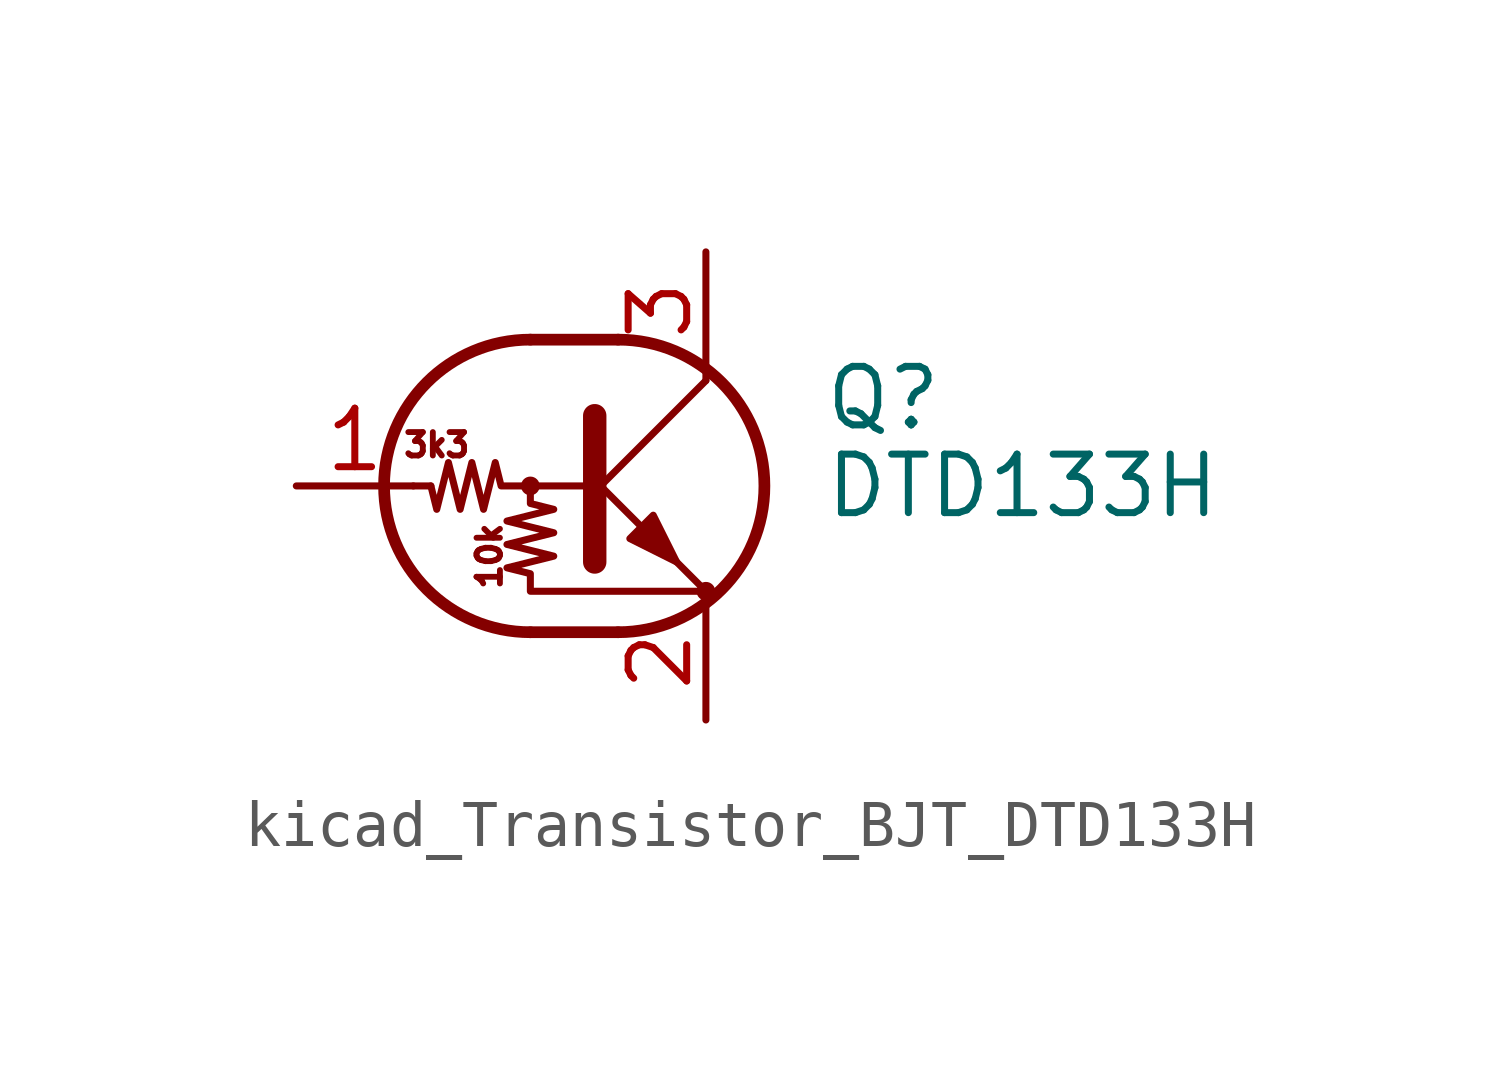
<source format=kicad_sym>
(kicad_symbol_lib
  (version 20220914)
  (generator kicad_symbol_editor)
  (symbol "kicad_Transistor_BJT_DTD133H"
    (pin_names
      (offset 0) hide)
    (property "Reference" "Q"
      (at 5.08 1.905 0)
      (effects (font (size 1.27 1.27)) (justify left)))
    (property "Value" "DTD133H"
      (at 5.08 0 0)
      (effects (font (size 1.27 1.27)) (justify left)))
    (symbol "kicad_Transistor_BJT_DTD133H_0_0"
      (text "10k" (at -2.159 -1.524 900) (effects (font (size 0.508 0.508))))
      (text "3k3" (at -3.302 0.889 0) (effects (font (size 0.508 0.508)))))
    (symbol "kicad_Transistor_BJT_DTD133H_0_1"
      (circle (center -1.27 0) (radius 0.127) (stroke (width 0) (type default)) (fill (type none)))
      (arc (start -1.27 3.175) (mid -4.4312 0) (end -1.27 -3.175) (stroke (width 0.254) (type default)) (fill (type none)))
      (polyline (pts (xy -3.429 0) (xy -3.81 0)) (stroke (width 0) (type default)) (fill (type none)))
      (polyline (pts (xy -1.27 -3.175) (xy 0.635 -3.175)) (stroke (width 0.254) (type default)) (fill (type none)))
      (polyline (pts (xy -1.27 3.175) (xy 0.635 3.175)) (stroke (width 0.254) (type default)) (fill (type none)))
      (polyline (pts (xy 0 -0.254) (xy 2.54 2.286)) (stroke (width 0) (type default)) (fill (type none)))
      (polyline (pts (xy 0.127 1.524) (xy 0.127 -1.651)) (stroke (width 0.508) (type default)) (fill (type outline)))
      (polyline (pts (xy 2.54 2.286) (xy 2.54 2.54)) (stroke (width 0) (type default)) (fill (type none)))
      (polyline (pts (xy 2.54 -2.286) (xy 0 0.254) (xy 0 0.254)) (stroke (width 0) (type default)) (fill (type none)))
      (polyline (pts (xy 0.889 -1.143) (xy 1.397 -0.635) (xy 1.905 -1.651) (xy 0.889 -1.143)) (stroke (width 0) (type default)) (fill (type outline)))
      (polyline (pts (xy 0 0) (xy -1.905 0) (xy -2.032 0.508) (xy -2.286 -0.508) (xy -2.54 0.508) (xy -2.794 -0.508) (xy -3.048 0.508) (xy -3.302 -0.508) (xy -3.429 0)) (stroke (width 0) (type default)) (fill (type none)))
      (polyline (pts (xy -1.27 0) (xy -1.27 -0.381) (xy -0.762 -0.508) (xy -1.778 -0.762) (xy -0.762 -1.016) (xy -1.778 -1.27) (xy -0.762 -1.524) (xy -1.778 -1.778) (xy -1.27 -1.905) (xy -1.27 -2.286) (xy 2.54 -2.286)) (stroke (width 0) (type default)) (fill (type none)))
      (arc (start 0.635 -3.175) (mid 3.7962 0) (end 0.635 3.175) (stroke (width 0.254) (type default)) (fill (type none)))
      (circle (center 2.54 -2.286) (radius 0.127) (stroke (width 0) (type default)) (fill (type none))))
    (symbol "kicad_Transistor_BJT_DTD133H_1_1"
      (pin input line (at -6.35 0 0) (length 2.54) (name "B" (effects (font (size 1.27 1.27)))) (number "1" (effects (font (size 1.27 1.27)))))
      (pin passive line (at 2.54 -5.08 90) (length 2.54) (name "E" (effects (font (size 1.27 1.27)))) (number "2" (effects (font (size 1.27 1.27)))))
      (pin passive line (at 2.54 5.08 270) (length 2.54) (name "C" (effects (font (size 1.27 1.27)))) (number "3" (effects (font (size 1.27 1.27))))))))
</source>
